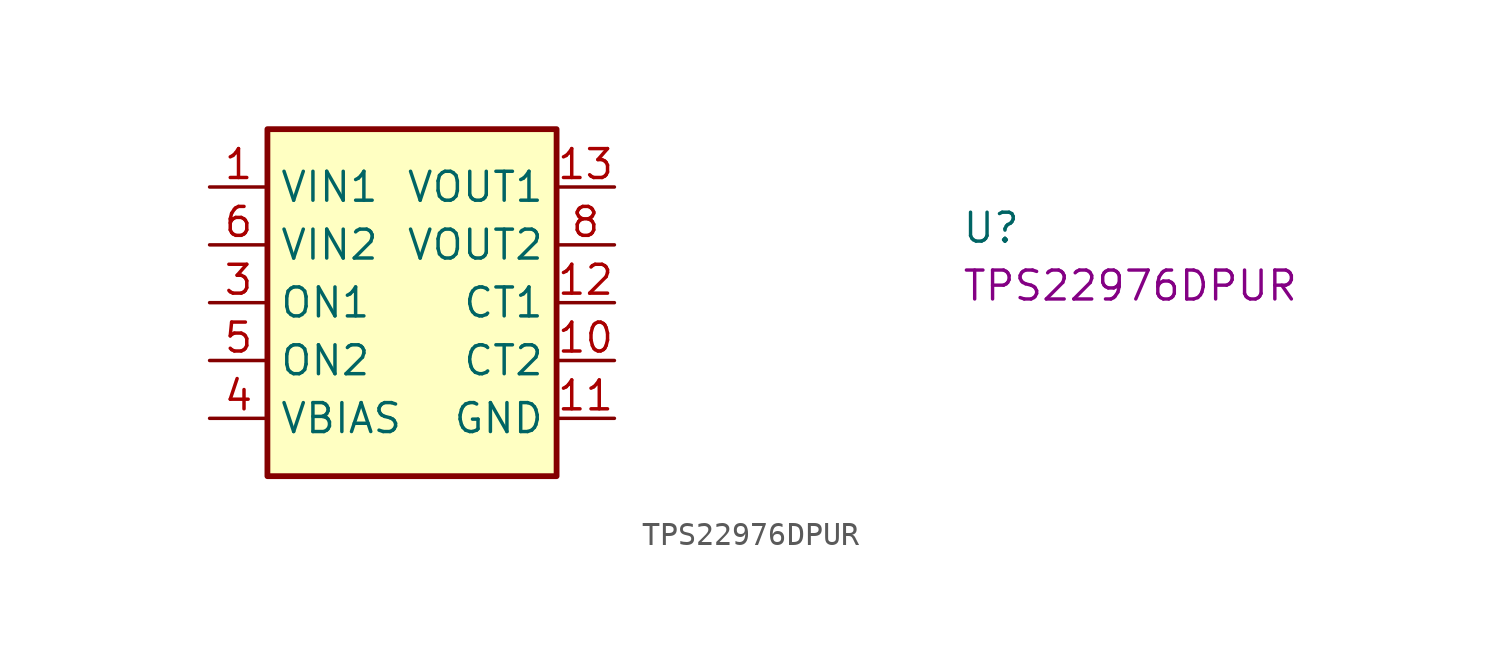
<source format=kicad_sym>
(kicad_symbol_lib
  (version 20220914)
  (generator kicad_symbol_editor)
  (symbol "TPS22976DPUR"
    (property "Reference" "U"
      (at 33.02 -2.54 0)
      (effects (font (size 1.27 1.27) (thickness 0.15)) (justify left bottom)))
    (property "MPN" "TPS22976DPUR"
      (at 33.02 -5.08 0)
      (effects (font (size 1.27 1.27) (thickness 0.15)) (justify left bottom)))
    (symbol "TPS22976DPUR_1_1"
      (rectangle (start 2.54 2.54) (end 15.24 -12.7) (stroke (width 0.254) (type default)) (fill (type background)))
      (pin power_in line (at 0 0 0) (length 2.54) (name "VIN1" (effects (font (size 1.27 1.27)))) (number "1" (effects (font (size 1.27 1.27)))))
      (pin output line (at 17.78 -7.62 180) (length 2.54) (name "CT2" (effects (font (size 1.27 1.27)))) (number "10" (effects (font (size 1.27 1.27)))))
      (pin power_in line (at 17.78 -10.16 180) (length 2.54) (name "GND" (effects (font (size 1.27 1.27)))) (number "11" (effects (font (size 1.27 1.27)))))
      (pin output line (at 17.78 -5.08 180) (length 2.54) (name "CT1" (effects (font (size 1.27 1.27)))) (number "12" (effects (font (size 1.27 1.27)))))
      (pin power_out line (at 17.78 0 180) (length 2.54) (name "VOUT1" (effects (font (size 1.27 1.27)))) (number "13" (effects (font (size 1.27 1.27)))))
      (pin passive line (at 17.78 0 180) (length 2.54) hide (name "VOUT1" (effects (font (size 1.27 1.27)))) (number "14" (effects (font (size 1.27 1.27)))))
      (pin passive line (at 0 0 0) (length 2.54) hide (name "VIN1" (effects (font (size 1.27 1.27)))) (number "2" (effects (font (size 1.27 1.27)))))
      (pin input line (at 0 -5.08 0) (length 2.54) (name "ON1" (effects (font (size 1.27 1.27)))) (number "3" (effects (font (size 1.27 1.27)))))
      (pin power_in line (at 0 -10.16 0) (length 2.54) (name "VBIAS" (effects (font (size 1.27 1.27)))) (number "4" (effects (font (size 1.27 1.27)))))
      (pin input line (at 0 -7.62 0) (length 2.54) (name "ON2" (effects (font (size 1.27 1.27)))) (number "5" (effects (font (size 1.27 1.27)))))
      (pin power_in line (at 0 -2.54 0) (length 2.54) (name "VIN2" (effects (font (size 1.27 1.27)))) (number "6" (effects (font (size 1.27 1.27)))))
      (pin passive line (at 0 -2.54 0) (length 2.54) hide (name "VIN2" (effects (font (size 1.27 1.27)))) (number "7" (effects (font (size 1.27 1.27)))))
      (pin power_out line (at 17.78 -2.54 180) (length 2.54) (name "VOUT2" (effects (font (size 1.27 1.27)))) (number "8" (effects (font (size 1.27 1.27)))))
      (pin passive line (at 17.78 -2.54 180) (length 2.54) hide (name "VOUT2" (effects (font (size 1.27 1.27)))) (number "9" (effects (font (size 1.27 1.27)))))
      (pin passive line (at 17.78 -10.16 180) (length 2.54) hide (name "GND" (effects (font (size 1.27 1.27)))) (number "EP" (effects (font (size 1.27 1.27))))))))
</source>
